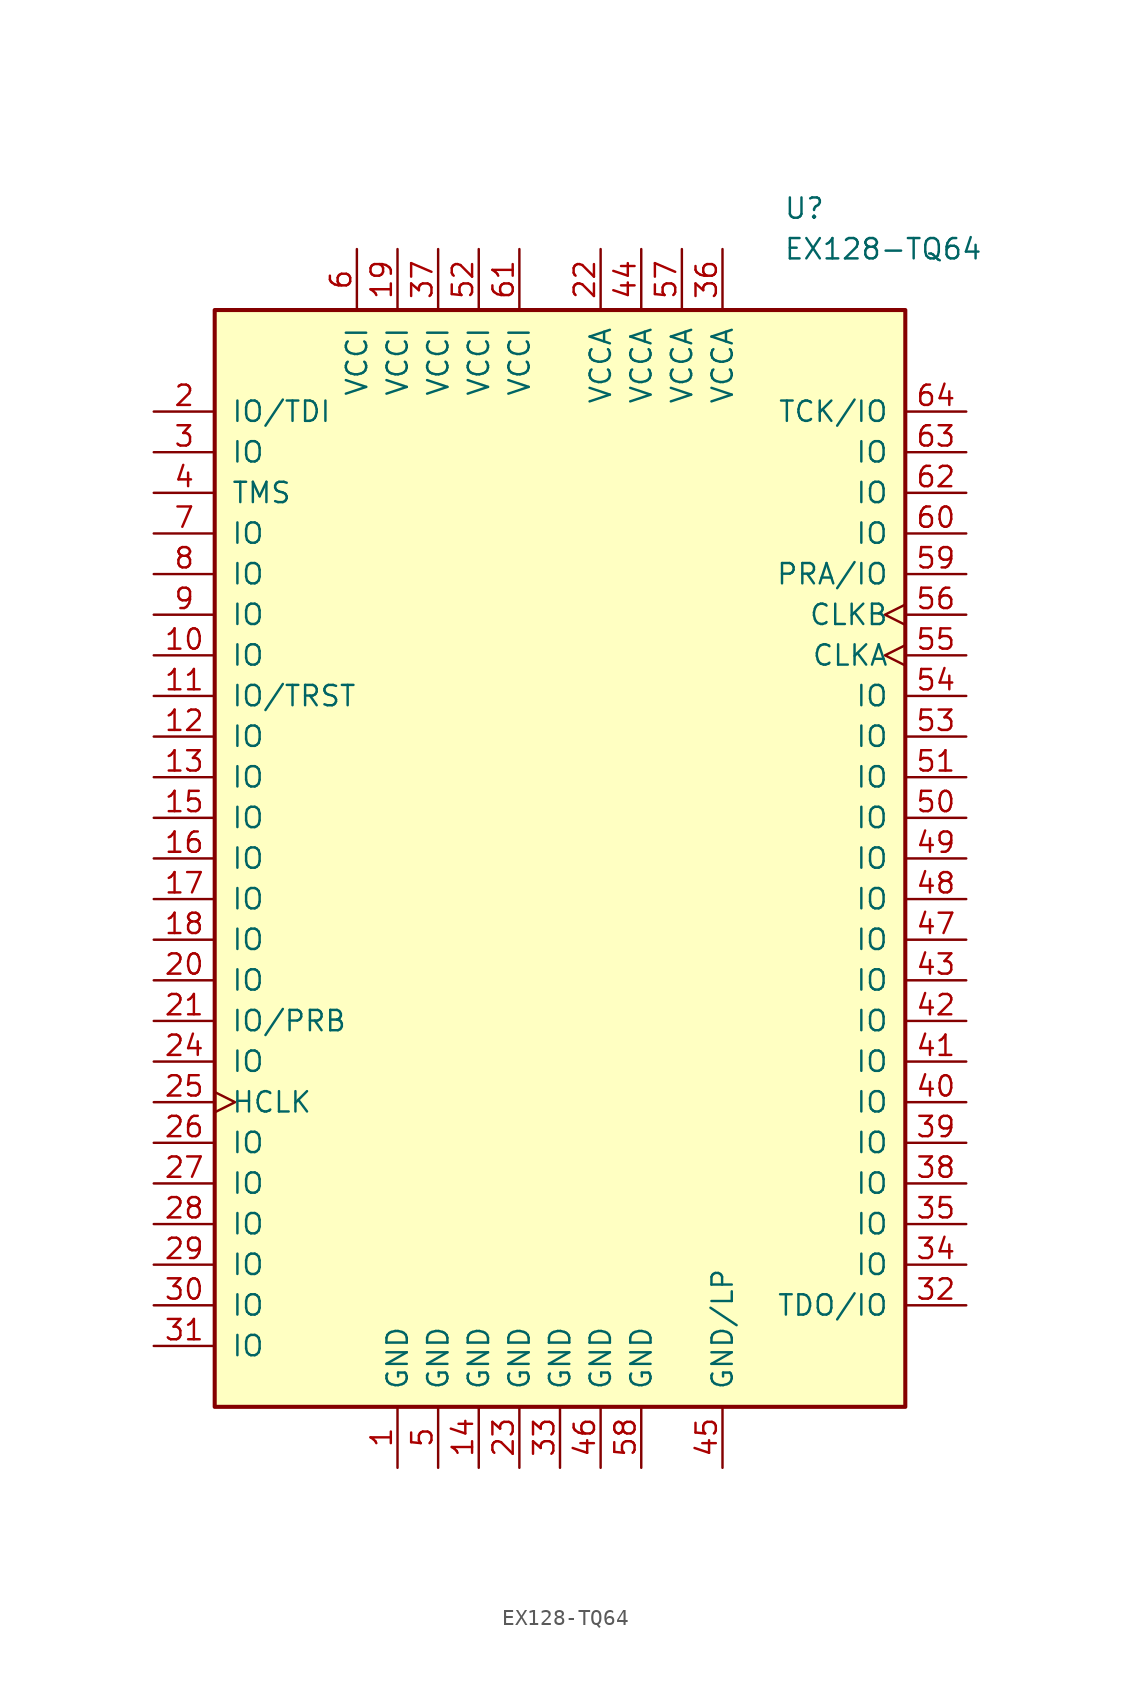
<source format=kicad_sym>
(kicad_symbol_lib
  (version 20241209)
  (generator "kicad_symbol_editor")
  (generator_version "9.0")
  (symbol "EX128-TQ64"
    (pin_names
      (offset 1.016))
    (property "Reference" "U"
      (at 13.97 40.64 0)
      (effects (font (size 1.27 1.27)) (justify left)))
    (property "Value" "EX128-TQ64"
      (at 13.97 38.1 0)
      (effects (font (size 1.27 1.27)) (justify left)))
    (symbol "EX128-TQ64_0_1"
      (rectangle (start -21.59 34.29) (end 21.59 -34.29) (stroke (width 0.254) (type default)) (fill (type background))))
    (symbol "EX128-TQ64_1_1"
      (pin bidirectional line (at -25.4 27.94 0) (length 3.81) (name "IO/TDI" (effects (font (size 1.27 1.27)))) (number "2" (effects (font (size 1.27 1.27)))))
      (pin bidirectional line (at -25.4 25.4 0) (length 3.81) (name "IO" (effects (font (size 1.27 1.27)))) (number "3" (effects (font (size 1.27 1.27)))))
      (pin input line (at -25.4 22.86 0) (length 3.81) (name "TMS" (effects (font (size 1.27 1.27)))) (number "4" (effects (font (size 1.27 1.27)))))
      (pin bidirectional line (at -25.4 20.32 0) (length 3.81) (name "IO" (effects (font (size 1.27 1.27)))) (number "7" (effects (font (size 1.27 1.27)))))
      (pin bidirectional line (at -25.4 17.78 0) (length 3.81) (name "IO" (effects (font (size 1.27 1.27)))) (number "8" (effects (font (size 1.27 1.27)))))
      (pin bidirectional line (at -25.4 15.24 0) (length 3.81) (name "IO" (effects (font (size 1.27 1.27)))) (number "9" (effects (font (size 1.27 1.27)))))
      (pin bidirectional line (at -25.4 12.7 0) (length 3.81) (name "IO" (effects (font (size 1.27 1.27)))) (number "10" (effects (font (size 1.27 1.27)))))
      (pin bidirectional line (at -25.4 10.16 0) (length 3.81) (name "IO/TRST" (effects (font (size 1.27 1.27)))) (number "11" (effects (font (size 1.27 1.27)))))
      (pin bidirectional line (at -25.4 7.62 0) (length 3.81) (name "IO" (effects (font (size 1.27 1.27)))) (number "12" (effects (font (size 1.27 1.27)))))
      (pin bidirectional line (at -25.4 5.08 0) (length 3.81) (name "IO" (effects (font (size 1.27 1.27)))) (number "13" (effects (font (size 1.27 1.27)))))
      (pin bidirectional line (at -25.4 2.54 0) (length 3.81) (name "IO" (effects (font (size 1.27 1.27)))) (number "15" (effects (font (size 1.27 1.27)))))
      (pin bidirectional line (at -25.4 0 0) (length 3.81) (name "IO" (effects (font (size 1.27 1.27)))) (number "16" (effects (font (size 1.27 1.27)))))
      (pin bidirectional line (at -25.4 -2.54 0) (length 3.81) (name "IO" (effects (font (size 1.27 1.27)))) (number "17" (effects (font (size 1.27 1.27)))))
      (pin bidirectional line (at -25.4 -5.08 0) (length 3.81) (name "IO" (effects (font (size 1.27 1.27)))) (number "18" (effects (font (size 1.27 1.27)))))
      (pin bidirectional line (at -25.4 -7.62 0) (length 3.81) (name "IO" (effects (font (size 1.27 1.27)))) (number "20" (effects (font (size 1.27 1.27)))))
      (pin bidirectional line (at -25.4 -10.16 0) (length 3.81) (name "IO/PRB" (effects (font (size 1.27 1.27)))) (number "21" (effects (font (size 1.27 1.27)))))
      (pin bidirectional line (at -25.4 -12.7 0) (length 3.81) (name "IO" (effects (font (size 1.27 1.27)))) (number "24" (effects (font (size 1.27 1.27)))))
      (pin input clock (at -25.4 -15.24 0) (length 3.81) (name "HCLK" (effects (font (size 1.27 1.27)))) (number "25" (effects (font (size 1.27 1.27)))))
      (pin bidirectional line (at -25.4 -17.78 0) (length 3.81) (name "IO" (effects (font (size 1.27 1.27)))) (number "26" (effects (font (size 1.27 1.27)))))
      (pin bidirectional line (at -25.4 -20.32 0) (length 3.81) (name "IO" (effects (font (size 1.27 1.27)))) (number "27" (effects (font (size 1.27 1.27)))))
      (pin bidirectional line (at -25.4 -22.86 0) (length 3.81) (name "IO" (effects (font (size 1.27 1.27)))) (number "28" (effects (font (size 1.27 1.27)))))
      (pin bidirectional line (at -25.4 -25.4 0) (length 3.81) (name "IO" (effects (font (size 1.27 1.27)))) (number "29" (effects (font (size 1.27 1.27)))))
      (pin bidirectional line (at -25.4 -27.94 0) (length 3.81) (name "IO" (effects (font (size 1.27 1.27)))) (number "30" (effects (font (size 1.27 1.27)))))
      (pin bidirectional line (at -25.4 -30.48 0) (length 3.81) (name "IO" (effects (font (size 1.27 1.27)))) (number "31" (effects (font (size 1.27 1.27)))))
      (pin power_in line (at -12.7 38.1 270) (length 3.81) (name "VCCI" (effects (font (size 1.27 1.27)))) (number "6" (effects (font (size 1.27 1.27)))))
      (pin power_in line (at -10.16 38.1 270) (length 3.81) (name "VCCI" (effects (font (size 1.27 1.27)))) (number "19" (effects (font (size 1.27 1.27)))))
      (pin power_out line (at -10.16 -38.1 90) (length 3.81) (name "GND" (effects (font (size 1.27 1.27)))) (number "1" (effects (font (size 1.27 1.27)))))
      (pin power_in line (at -7.62 38.1 270) (length 3.81) (name "VCCI" (effects (font (size 1.27 1.27)))) (number "37" (effects (font (size 1.27 1.27)))))
      (pin power_out line (at -7.62 -38.1 90) (length 3.81) (name "GND" (effects (font (size 1.27 1.27)))) (number "5" (effects (font (size 1.27 1.27)))))
      (pin power_in line (at -5.08 38.1 270) (length 3.81) (name "VCCI" (effects (font (size 1.27 1.27)))) (number "52" (effects (font (size 1.27 1.27)))))
      (pin power_out line (at -5.08 -38.1 90) (length 3.81) (name "GND" (effects (font (size 1.27 1.27)))) (number "14" (effects (font (size 1.27 1.27)))))
      (pin power_in line (at -2.54 38.1 270) (length 3.81) (name "VCCI" (effects (font (size 1.27 1.27)))) (number "61" (effects (font (size 1.27 1.27)))))
      (pin power_out line (at -2.54 -38.1 90) (length 3.81) (name "GND" (effects (font (size 1.27 1.27)))) (number "23" (effects (font (size 1.27 1.27)))))
      (pin power_out line (at 0 -38.1 90) (length 3.81) (name "GND" (effects (font (size 1.27 1.27)))) (number "33" (effects (font (size 1.27 1.27)))))
      (pin power_in line (at 2.54 38.1 270) (length 3.81) (name "VCCA" (effects (font (size 1.27 1.27)))) (number "22" (effects (font (size 1.27 1.27)))))
      (pin power_out line (at 2.54 -38.1 90) (length 3.81) (name "GND" (effects (font (size 1.27 1.27)))) (number "46" (effects (font (size 1.27 1.27)))))
      (pin power_in line (at 5.08 38.1 270) (length 3.81) (name "VCCA" (effects (font (size 1.27 1.27)))) (number "44" (effects (font (size 1.27 1.27)))))
      (pin power_out line (at 5.08 -38.1 90) (length 3.81) (name "GND" (effects (font (size 1.27 1.27)))) (number "58" (effects (font (size 1.27 1.27)))))
      (pin power_in line (at 7.62 38.1 270) (length 3.81) (name "VCCA" (effects (font (size 1.27 1.27)))) (number "57" (effects (font (size 1.27 1.27)))))
      (pin power_in line (at 10.16 38.1 270) (length 3.81) (name "VCCA" (effects (font (size 1.27 1.27)))) (number "36" (effects (font (size 1.27 1.27)))))
      (pin power_out line (at 10.16 -38.1 90) (length 3.81) (name "GND/LP" (effects (font (size 1.27 1.27)))) (number "45" (effects (font (size 1.27 1.27)))))
      (pin bidirectional line (at 25.4 27.94 180) (length 3.81) (name "TCK/IO" (effects (font (size 1.27 1.27)))) (number "64" (effects (font (size 1.27 1.27)))))
      (pin bidirectional line (at 25.4 25.4 180) (length 3.81) (name "IO" (effects (font (size 1.27 1.27)))) (number "63" (effects (font (size 1.27 1.27)))))
      (pin bidirectional line (at 25.4 22.86 180) (length 3.81) (name "IO" (effects (font (size 1.27 1.27)))) (number "62" (effects (font (size 1.27 1.27)))))
      (pin bidirectional line (at 25.4 20.32 180) (length 3.81) (name "IO" (effects (font (size 1.27 1.27)))) (number "60" (effects (font (size 1.27 1.27)))))
      (pin bidirectional line (at 25.4 17.78 180) (length 3.81) (name "PRA/IO" (effects (font (size 1.27 1.27)))) (number "59" (effects (font (size 1.27 1.27)))))
      (pin input clock (at 25.4 15.24 180) (length 3.81) (name "CLKB" (effects (font (size 1.27 1.27)))) (number "56" (effects (font (size 1.27 1.27)))))
      (pin input clock (at 25.4 12.7 180) (length 3.81) (name "CLKA" (effects (font (size 1.27 1.27)))) (number "55" (effects (font (size 1.27 1.27)))))
      (pin bidirectional line (at 25.4 10.16 180) (length 3.81) (name "IO" (effects (font (size 1.27 1.27)))) (number "54" (effects (font (size 1.27 1.27)))))
      (pin bidirectional line (at 25.4 7.62 180) (length 3.81) (name "IO" (effects (font (size 1.27 1.27)))) (number "53" (effects (font (size 1.27 1.27)))))
      (pin bidirectional line (at 25.4 5.08 180) (length 3.81) (name "IO" (effects (font (size 1.27 1.27)))) (number "51" (effects (font (size 1.27 1.27)))))
      (pin bidirectional line (at 25.4 2.54 180) (length 3.81) (name "IO" (effects (font (size 1.27 1.27)))) (number "50" (effects (font (size 1.27 1.27)))))
      (pin bidirectional line (at 25.4 0 180) (length 3.81) (name "IO" (effects (font (size 1.27 1.27)))) (number "49" (effects (font (size 1.27 1.27)))))
      (pin bidirectional line (at 25.4 -2.54 180) (length 3.81) (name "IO" (effects (font (size 1.27 1.27)))) (number "48" (effects (font (size 1.27 1.27)))))
      (pin bidirectional line (at 25.4 -5.08 180) (length 3.81) (name "IO" (effects (font (size 1.27 1.27)))) (number "47" (effects (font (size 1.27 1.27)))))
      (pin bidirectional line (at 25.4 -7.62 180) (length 3.81) (name "IO" (effects (font (size 1.27 1.27)))) (number "43" (effects (font (size 1.27 1.27)))))
      (pin bidirectional line (at 25.4 -10.16 180) (length 3.81) (name "IO" (effects (font (size 1.27 1.27)))) (number "42" (effects (font (size 1.27 1.27)))))
      (pin bidirectional line (at 25.4 -12.7 180) (length 3.81) (name "IO" (effects (font (size 1.27 1.27)))) (number "41" (effects (font (size 1.27 1.27)))))
      (pin bidirectional line (at 25.4 -15.24 180) (length 3.81) (name "IO" (effects (font (size 1.27 1.27)))) (number "40" (effects (font (size 1.27 1.27)))))
      (pin bidirectional line (at 25.4 -17.78 180) (length 3.81) (name "IO" (effects (font (size 1.27 1.27)))) (number "39" (effects (font (size 1.27 1.27)))))
      (pin bidirectional line (at 25.4 -20.32 180) (length 3.81) (name "IO" (effects (font (size 1.27 1.27)))) (number "38" (effects (font (size 1.27 1.27)))))
      (pin bidirectional line (at 25.4 -22.86 180) (length 3.81) (name "IO" (effects (font (size 1.27 1.27)))) (number "35" (effects (font (size 1.27 1.27)))))
      (pin bidirectional line (at 25.4 -25.4 180) (length 3.81) (name "IO" (effects (font (size 1.27 1.27)))) (number "34" (effects (font (size 1.27 1.27)))))
      (pin bidirectional line (at 25.4 -27.94 180) (length 3.81) (name "TDO/IO" (effects (font (size 1.27 1.27)))) (number "32" (effects (font (size 1.27 1.27))))))))
</source>
